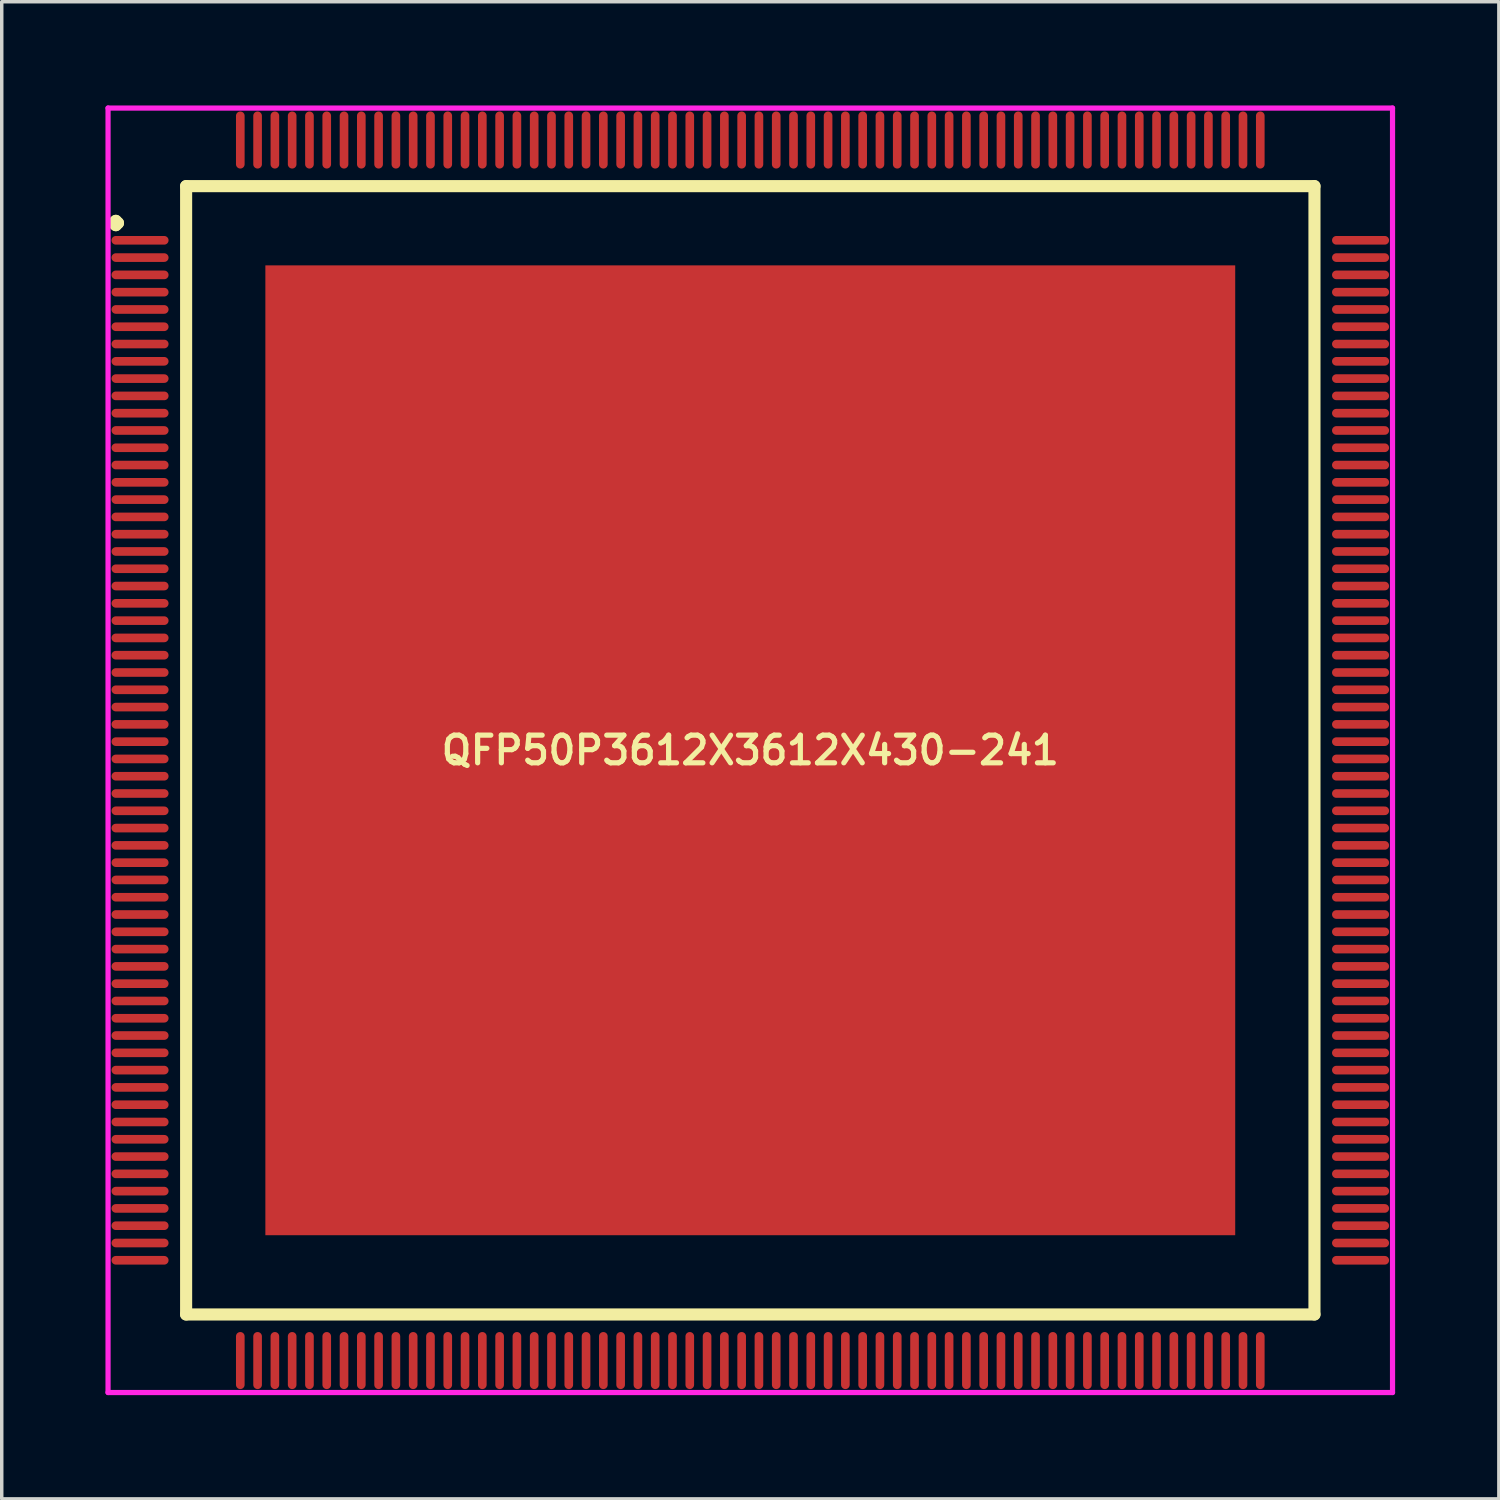
<source format=kicad_pcb>
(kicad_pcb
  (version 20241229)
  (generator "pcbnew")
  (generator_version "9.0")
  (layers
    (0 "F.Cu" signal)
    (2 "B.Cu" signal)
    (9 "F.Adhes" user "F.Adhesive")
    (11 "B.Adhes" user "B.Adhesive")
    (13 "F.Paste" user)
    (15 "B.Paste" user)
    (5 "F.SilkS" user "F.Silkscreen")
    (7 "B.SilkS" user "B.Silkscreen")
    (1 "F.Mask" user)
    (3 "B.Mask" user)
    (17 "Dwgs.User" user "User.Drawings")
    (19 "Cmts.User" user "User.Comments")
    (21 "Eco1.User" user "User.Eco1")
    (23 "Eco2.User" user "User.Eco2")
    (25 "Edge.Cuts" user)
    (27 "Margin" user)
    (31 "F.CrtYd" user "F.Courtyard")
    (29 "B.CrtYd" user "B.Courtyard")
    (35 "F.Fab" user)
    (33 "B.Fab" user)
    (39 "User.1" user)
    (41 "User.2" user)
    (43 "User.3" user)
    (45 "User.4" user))
  (footprint "QFP50P3612X3612X430-241"
    (layer "F.Cu")
    (at 18.65 18.65)
    (property "Reference" "QFP50P3612X3612X430-241" (at 0 0 0) (layer "F.SilkS") (effects (font (size 0.8 0.8) (thickness 0.15))))
    (attr smd)
    (fp_line (start -18.413 -15.25) (end -18.35 -15.312) (stroke (width 0.35) (type solid)) (layer "F.SilkS"))
    (fp_line (start -18.35 -15.312) (end -18.288 -15.25) (stroke (width 0.35) (type solid)) (layer "F.SilkS"))
    (fp_line (start -18.35 -15.188) (end -18.413 -15.25) (stroke (width 0.35) (type solid)) (layer "F.SilkS"))
    (fp_line (start -18.288 -15.25) (end -18.35 -15.188) (stroke (width 0.35) (type solid)) (layer "F.SilkS"))
    (fp_line (start -16.317 -16.317) (end -16.317 16.317) (stroke (width 0.35) (type solid)) (layer "F.SilkS"))
    (fp_line (start -16.317 16.317) (end 16.317 16.317) (stroke (width 0.35) (type solid)) (layer "F.SilkS"))
    (fp_line (start 16.317 -16.317) (end -16.317 -16.317) (stroke (width 0.35) (type solid)) (layer "F.SilkS"))
    (fp_line (start 16.317 16.317) (end 16.317 -16.317) (stroke (width 0.35) (type solid)) (layer "F.SilkS"))
    (fp_line (start -18.575 -18.575) (end 18.575 -18.575) (stroke (width 0.15) (type solid)) (layer "F.CrtYd"))
    (fp_line (start -18.575 18.575) (end -18.575 -18.575) (stroke (width 0.15) (type solid)) (layer "F.CrtYd"))
    (fp_line (start 18.575 -18.575) (end 18.575 18.575) (stroke (width 0.15) (type solid)) (layer "F.CrtYd"))
    (fp_line (start 18.575 18.575) (end -18.575 18.575) (stroke (width 0.15) (type solid)) (layer "F.CrtYd"))
    (pad "1" smd oval (at -17.65 -14.75) (size 1.65 0.25) (layers "F.Cu" "F.Mask" "F.Paste"))
    (pad "2" smd oval (at -17.65 -14.25) (size 1.65 0.25) (layers "F.Cu" "F.Mask" "F.Paste"))
    (pad "3" smd oval (at -17.65 -13.75) (size 1.65 0.25) (layers "F.Cu" "F.Mask" "F.Paste"))
    (pad "4" smd oval (at -17.65 -13.25) (size 1.65 0.25) (layers "F.Cu" "F.Mask" "F.Paste"))
    (pad "5" smd oval (at -17.65 -12.75) (size 1.65 0.25) (layers "F.Cu" "F.Mask" "F.Paste"))
    (pad "6" smd oval (at -17.65 -12.25) (size 1.65 0.25) (layers "F.Cu" "F.Mask" "F.Paste"))
    (pad "7" smd oval (at -17.65 -11.75) (size 1.65 0.25) (layers "F.Cu" "F.Mask" "F.Paste"))
    (pad "8" smd oval (at -17.65 -11.25) (size 1.65 0.25) (layers "F.Cu" "F.Mask" "F.Paste"))
    (pad "9" smd oval (at -17.65 -10.75) (size 1.65 0.25) (layers "F.Cu" "F.Mask" "F.Paste"))
    (pad "10" smd oval (at -17.65 -10.25) (size 1.65 0.25) (layers "F.Cu" "F.Mask" "F.Paste"))
    (pad "11" smd oval (at -17.65 -9.75) (size 1.65 0.25) (layers "F.Cu" "F.Mask" "F.Paste"))
    (pad "12" smd oval (at -17.65 -9.25) (size 1.65 0.25) (layers "F.Cu" "F.Mask" "F.Paste"))
    (pad "13" smd oval (at -17.65 -8.75) (size 1.65 0.25) (layers "F.Cu" "F.Mask" "F.Paste"))
    (pad "14" smd oval (at -17.65 -8.25) (size 1.65 0.25) (layers "F.Cu" "F.Mask" "F.Paste"))
    (pad "15" smd oval (at -17.65 -7.75) (size 1.65 0.25) (layers "F.Cu" "F.Mask" "F.Paste"))
    (pad "16" smd oval (at -17.65 -7.25) (size 1.65 0.25) (layers "F.Cu" "F.Mask" "F.Paste"))
    (pad "17" smd oval (at -17.65 -6.75) (size 1.65 0.25) (layers "F.Cu" "F.Mask" "F.Paste"))
    (pad "18" smd oval (at -17.65 -6.25) (size 1.65 0.25) (layers "F.Cu" "F.Mask" "F.Paste"))
    (pad "19" smd oval (at -17.65 -5.75) (size 1.65 0.25) (layers "F.Cu" "F.Mask" "F.Paste"))
    (pad "20" smd oval (at -17.65 -5.25) (size 1.65 0.25) (layers "F.Cu" "F.Mask" "F.Paste"))
    (pad "21" smd oval (at -17.65 -4.75) (size 1.65 0.25) (layers "F.Cu" "F.Mask" "F.Paste"))
    (pad "22" smd oval (at -17.65 -4.25) (size 1.65 0.25) (layers "F.Cu" "F.Mask" "F.Paste"))
    (pad "23" smd oval (at -17.65 -3.75) (size 1.65 0.25) (layers "F.Cu" "F.Mask" "F.Paste"))
    (pad "24" smd oval (at -17.65 -3.25) (size 1.65 0.25) (layers "F.Cu" "F.Mask" "F.Paste"))
    (pad "25" smd oval (at -17.65 -2.75) (size 1.65 0.25) (layers "F.Cu" "F.Mask" "F.Paste"))
    (pad "26" smd oval (at -17.65 -2.25) (size 1.65 0.25) (layers "F.Cu" "F.Mask" "F.Paste"))
    (pad "27" smd oval (at -17.65 -1.75) (size 1.65 0.25) (layers "F.Cu" "F.Mask" "F.Paste"))
    (pad "28" smd oval (at -17.65 -1.25) (size 1.65 0.25) (layers "F.Cu" "F.Mask" "F.Paste"))
    (pad "29" smd oval (at -17.65 -0.75) (size 1.65 0.25) (layers "F.Cu" "F.Mask" "F.Paste"))
    (pad "30" smd oval (at -17.65 -0.25) (size 1.65 0.25) (layers "F.Cu" "F.Mask" "F.Paste"))
    (pad "31" smd oval (at -17.65 0.25) (size 1.65 0.25) (layers "F.Cu" "F.Mask" "F.Paste"))
    (pad "32" smd oval (at -17.65 0.75) (size 1.65 0.25) (layers "F.Cu" "F.Mask" "F.Paste"))
    (pad "33" smd oval (at -17.65 1.25) (size 1.65 0.25) (layers "F.Cu" "F.Mask" "F.Paste"))
    (pad "34" smd oval (at -17.65 1.75) (size 1.65 0.25) (layers "F.Cu" "F.Mask" "F.Paste"))
    (pad "35" smd oval (at -17.65 2.25) (size 1.65 0.25) (layers "F.Cu" "F.Mask" "F.Paste"))
    (pad "36" smd oval (at -17.65 2.75) (size 1.65 0.25) (layers "F.Cu" "F.Mask" "F.Paste"))
    (pad "37" smd oval (at -17.65 3.25) (size 1.65 0.25) (layers "F.Cu" "F.Mask" "F.Paste"))
    (pad "38" smd oval (at -17.65 3.75) (size 1.65 0.25) (layers "F.Cu" "F.Mask" "F.Paste"))
    (pad "39" smd oval (at -17.65 4.25) (size 1.65 0.25) (layers "F.Cu" "F.Mask" "F.Paste"))
    (pad "40" smd oval (at -17.65 4.75) (size 1.65 0.25) (layers "F.Cu" "F.Mask" "F.Paste"))
    (pad "41" smd oval (at -17.65 5.25) (size 1.65 0.25) (layers "F.Cu" "F.Mask" "F.Paste"))
    (pad "42" smd oval (at -17.65 5.75) (size 1.65 0.25) (layers "F.Cu" "F.Mask" "F.Paste"))
    (pad "43" smd oval (at -17.65 6.25) (size 1.65 0.25) (layers "F.Cu" "F.Mask" "F.Paste"))
    (pad "44" smd oval (at -17.65 6.75) (size 1.65 0.25) (layers "F.Cu" "F.Mask" "F.Paste"))
    (pad "45" smd oval (at -17.65 7.25) (size 1.65 0.25) (layers "F.Cu" "F.Mask" "F.Paste"))
    (pad "46" smd oval (at -17.65 7.75) (size 1.65 0.25) (layers "F.Cu" "F.Mask" "F.Paste"))
    (pad "47" smd oval (at -17.65 8.25) (size 1.65 0.25) (layers "F.Cu" "F.Mask" "F.Paste"))
    (pad "48" smd oval (at -17.65 8.75) (size 1.65 0.25) (layers "F.Cu" "F.Mask" "F.Paste"))
    (pad "49" smd oval (at -17.65 9.25) (size 1.65 0.25) (layers "F.Cu" "F.Mask" "F.Paste"))
    (pad "50" smd oval (at -17.65 9.75) (size 1.65 0.25) (layers "F.Cu" "F.Mask" "F.Paste"))
    (pad "51" smd oval (at -17.65 10.25) (size 1.65 0.25) (layers "F.Cu" "F.Mask" "F.Paste"))
    (pad "52" smd oval (at -17.65 10.75) (size 1.65 0.25) (layers "F.Cu" "F.Mask" "F.Paste"))
    (pad "53" smd oval (at -17.65 11.25) (size 1.65 0.25) (layers "F.Cu" "F.Mask" "F.Paste"))
    (pad "54" smd oval (at -17.65 11.75) (size 1.65 0.25) (layers "F.Cu" "F.Mask" "F.Paste"))
    (pad "55" smd oval (at -17.65 12.25) (size 1.65 0.25) (layers "F.Cu" "F.Mask" "F.Paste"))
    (pad "56" smd oval (at -17.65 12.75) (size 1.65 0.25) (layers "F.Cu" "F.Mask" "F.Paste"))
    (pad "57" smd oval (at -17.65 13.25) (size 1.65 0.25) (layers "F.Cu" "F.Mask" "F.Paste"))
    (pad "58" smd oval (at -17.65 13.75) (size 1.65 0.25) (layers "F.Cu" "F.Mask" "F.Paste"))
    (pad "59" smd oval (at -17.65 14.25) (size 1.65 0.25) (layers "F.Cu" "F.Mask" "F.Paste"))
    (pad "60" smd oval (at -17.65 14.75) (size 1.65 0.25) (layers "F.Cu" "F.Mask" "F.Paste"))
    (pad "61" smd oval (at -14.75 17.65) (size 0.25 1.65) (layers "F.Cu" "F.Mask" "F.Paste"))
    (pad "62" smd oval (at -14.25 17.65) (size 0.25 1.65) (layers "F.Cu" "F.Mask" "F.Paste"))
    (pad "63" smd oval (at -13.75 17.65) (size 0.25 1.65) (layers "F.Cu" "F.Mask" "F.Paste"))
    (pad "64" smd oval (at -13.25 17.65) (size 0.25 1.65) (layers "F.Cu" "F.Mask" "F.Paste"))
    (pad "65" smd oval (at -12.75 17.65) (size 0.25 1.65) (layers "F.Cu" "F.Mask" "F.Paste"))
    (pad "66" smd oval (at -12.25 17.65) (size 0.25 1.65) (layers "F.Cu" "F.Mask" "F.Paste"))
    (pad "67" smd oval (at -11.75 17.65) (size 0.25 1.65) (layers "F.Cu" "F.Mask" "F.Paste"))
    (pad "68" smd oval (at -11.25 17.65) (size 0.25 1.65) (layers "F.Cu" "F.Mask" "F.Paste"))
    (pad "69" smd oval (at -10.75 17.65) (size 0.25 1.65) (layers "F.Cu" "F.Mask" "F.Paste"))
    (pad "70" smd oval (at -10.25 17.65) (size 0.25 1.65) (layers "F.Cu" "F.Mask" "F.Paste"))
    (pad "71" smd oval (at -9.75 17.65) (size 0.25 1.65) (layers "F.Cu" "F.Mask" "F.Paste"))
    (pad "72" smd oval (at -9.25 17.65) (size 0.25 1.65) (layers "F.Cu" "F.Mask" "F.Paste"))
    (pad "73" smd oval (at -8.75 17.65) (size 0.25 1.65) (layers "F.Cu" "F.Mask" "F.Paste"))
    (pad "74" smd oval (at -8.25 17.65) (size 0.25 1.65) (layers "F.Cu" "F.Mask" "F.Paste"))
    (pad "75" smd oval (at -7.75 17.65) (size 0.25 1.65) (layers "F.Cu" "F.Mask" "F.Paste"))
    (pad "76" smd oval (at -7.25 17.65) (size 0.25 1.65) (layers "F.Cu" "F.Mask" "F.Paste"))
    (pad "77" smd oval (at -6.75 17.65) (size 0.25 1.65) (layers "F.Cu" "F.Mask" "F.Paste"))
    (pad "78" smd oval (at -6.25 17.65) (size 0.25 1.65) (layers "F.Cu" "F.Mask" "F.Paste"))
    (pad "79" smd oval (at -5.75 17.65) (size 0.25 1.65) (layers "F.Cu" "F.Mask" "F.Paste"))
    (pad "80" smd oval (at -5.25 17.65) (size 0.25 1.65) (layers "F.Cu" "F.Mask" "F.Paste"))
    (pad "81" smd oval (at -4.75 17.65) (size 0.25 1.65) (layers "F.Cu" "F.Mask" "F.Paste"))
    (pad "82" smd oval (at -4.25 17.65) (size 0.25 1.65) (layers "F.Cu" "F.Mask" "F.Paste"))
    (pad "83" smd oval (at -3.75 17.65) (size 0.25 1.65) (layers "F.Cu" "F.Mask" "F.Paste"))
    (pad "84" smd oval (at -3.25 17.65) (size 0.25 1.65) (layers "F.Cu" "F.Mask" "F.Paste"))
    (pad "85" smd oval (at -2.75 17.65) (size 0.25 1.65) (layers "F.Cu" "F.Mask" "F.Paste"))
    (pad "86" smd oval (at -2.25 17.65) (size 0.25 1.65) (layers "F.Cu" "F.Mask" "F.Paste"))
    (pad "87" smd oval (at -1.75 17.65) (size 0.25 1.65) (layers "F.Cu" "F.Mask" "F.Paste"))
    (pad "88" smd oval (at -1.25 17.65) (size 0.25 1.65) (layers "F.Cu" "F.Mask" "F.Paste"))
    (pad "89" smd oval (at -0.75 17.65) (size 0.25 1.65) (layers "F.Cu" "F.Mask" "F.Paste"))
    (pad "90" smd oval (at -0.25 17.65) (size 0.25 1.65) (layers "F.Cu" "F.Mask" "F.Paste"))
    (pad "91" smd oval (at 0.25 17.65) (size 0.25 1.65) (layers "F.Cu" "F.Mask" "F.Paste"))
    (pad "92" smd oval (at 0.75 17.65) (size 0.25 1.65) (layers "F.Cu" "F.Mask" "F.Paste"))
    (pad "93" smd oval (at 1.25 17.65) (size 0.25 1.65) (layers "F.Cu" "F.Mask" "F.Paste"))
    (pad "94" smd oval (at 1.75 17.65) (size 0.25 1.65) (layers "F.Cu" "F.Mask" "F.Paste"))
    (pad "95" smd oval (at 2.25 17.65) (size 0.25 1.65) (layers "F.Cu" "F.Mask" "F.Paste"))
    (pad "96" smd oval (at 2.75 17.65) (size 0.25 1.65) (layers "F.Cu" "F.Mask" "F.Paste"))
    (pad "97" smd oval (at 3.25 17.65) (size 0.25 1.65) (layers "F.Cu" "F.Mask" "F.Paste"))
    (pad "98" smd oval (at 3.75 17.65) (size 0.25 1.65) (layers "F.Cu" "F.Mask" "F.Paste"))
    (pad "99" smd oval (at 4.25 17.65) (size 0.25 1.65) (layers "F.Cu" "F.Mask" "F.Paste"))
    (pad "100" smd oval (at 4.75 17.65) (size 0.25 1.65) (layers "F.Cu" "F.Mask" "F.Paste"))
    (pad "101" smd oval (at 5.25 17.65) (size 0.25 1.65) (layers "F.Cu" "F.Mask" "F.Paste"))
    (pad "102" smd oval (at 5.75 17.65) (size 0.25 1.65) (layers "F.Cu" "F.Mask" "F.Paste"))
    (pad "103" smd oval (at 6.25 17.65) (size 0.25 1.65) (layers "F.Cu" "F.Mask" "F.Paste"))
    (pad "104" smd oval (at 6.75 17.65) (size 0.25 1.65) (layers "F.Cu" "F.Mask" "F.Paste"))
    (pad "105" smd oval (at 7.25 17.65) (size 0.25 1.65) (layers "F.Cu" "F.Mask" "F.Paste"))
    (pad "106" smd oval (at 7.75 17.65) (size 0.25 1.65) (layers "F.Cu" "F.Mask" "F.Paste"))
    (pad "107" smd oval (at 8.25 17.65) (size 0.25 1.65) (layers "F.Cu" "F.Mask" "F.Paste"))
    (pad "108" smd oval (at 8.75 17.65) (size 0.25 1.65) (layers "F.Cu" "F.Mask" "F.Paste"))
    (pad "109" smd oval (at 9.25 17.65) (size 0.25 1.65) (layers "F.Cu" "F.Mask" "F.Paste"))
    (pad "110" smd oval (at 9.75 17.65) (size 0.25 1.65) (layers "F.Cu" "F.Mask" "F.Paste"))
    (pad "111" smd oval (at 10.25 17.65) (size 0.25 1.65) (layers "F.Cu" "F.Mask" "F.Paste"))
    (pad "112" smd oval (at 10.75 17.65) (size 0.25 1.65) (layers "F.Cu" "F.Mask" "F.Paste"))
    (pad "113" smd oval (at 11.25 17.65) (size 0.25 1.65) (layers "F.Cu" "F.Mask" "F.Paste"))
    (pad "114" smd oval (at 11.75 17.65) (size 0.25 1.65) (layers "F.Cu" "F.Mask" "F.Paste"))
    (pad "115" smd oval (at 12.25 17.65) (size 0.25 1.65) (layers "F.Cu" "F.Mask" "F.Paste"))
    (pad "116" smd oval (at 12.75 17.65) (size 0.25 1.65) (layers "F.Cu" "F.Mask" "F.Paste"))
    (pad "117" smd oval (at 13.25 17.65) (size 0.25 1.65) (layers "F.Cu" "F.Mask" "F.Paste"))
    (pad "118" smd oval (at 13.75 17.65) (size 0.25 1.65) (layers "F.Cu" "F.Mask" "F.Paste"))
    (pad "119" smd oval (at 14.25 17.65) (size 0.25 1.65) (layers "F.Cu" "F.Mask" "F.Paste"))
    (pad "120" smd oval (at 14.75 17.65) (size 0.25 1.65) (layers "F.Cu" "F.Mask" "F.Paste"))
    (pad "121" smd oval (at 17.65 14.75) (size 1.65 0.25) (layers "F.Cu" "F.Mask" "F.Paste"))
    (pad "122" smd oval (at 17.65 14.25) (size 1.65 0.25) (layers "F.Cu" "F.Mask" "F.Paste"))
    (pad "123" smd oval (at 17.65 13.75) (size 1.65 0.25) (layers "F.Cu" "F.Mask" "F.Paste"))
    (pad "124" smd oval (at 17.65 13.25) (size 1.65 0.25) (layers "F.Cu" "F.Mask" "F.Paste"))
    (pad "125" smd oval (at 17.65 12.75) (size 1.65 0.25) (layers "F.Cu" "F.Mask" "F.Paste"))
    (pad "126" smd oval (at 17.65 12.25) (size 1.65 0.25) (layers "F.Cu" "F.Mask" "F.Paste"))
    (pad "127" smd oval (at 17.65 11.75) (size 1.65 0.25) (layers "F.Cu" "F.Mask" "F.Paste"))
    (pad "128" smd oval (at 17.65 11.25) (size 1.65 0.25) (layers "F.Cu" "F.Mask" "F.Paste"))
    (pad "129" smd oval (at 17.65 10.75) (size 1.65 0.25) (layers "F.Cu" "F.Mask" "F.Paste"))
    (pad "130" smd oval (at 17.65 10.25) (size 1.65 0.25) (layers "F.Cu" "F.Mask" "F.Paste"))
    (pad "131" smd oval (at 17.65 9.75) (size 1.65 0.25) (layers "F.Cu" "F.Mask" "F.Paste"))
    (pad "132" smd oval (at 17.65 9.25) (size 1.65 0.25) (layers "F.Cu" "F.Mask" "F.Paste"))
    (pad "133" smd oval (at 17.65 8.75) (size 1.65 0.25) (layers "F.Cu" "F.Mask" "F.Paste"))
    (pad "134" smd oval (at 17.65 8.25) (size 1.65 0.25) (layers "F.Cu" "F.Mask" "F.Paste"))
    (pad "135" smd oval (at 17.65 7.75) (size 1.65 0.25) (layers "F.Cu" "F.Mask" "F.Paste"))
    (pad "136" smd oval (at 17.65 7.25) (size 1.65 0.25) (layers "F.Cu" "F.Mask" "F.Paste"))
    (pad "137" smd oval (at 17.65 6.75) (size 1.65 0.25) (layers "F.Cu" "F.Mask" "F.Paste"))
    (pad "138" smd oval (at 17.65 6.25) (size 1.65 0.25) (layers "F.Cu" "F.Mask" "F.Paste"))
    (pad "139" smd oval (at 17.65 5.75) (size 1.65 0.25) (layers "F.Cu" "F.Mask" "F.Paste"))
    (pad "140" smd oval (at 17.65 5.25) (size 1.65 0.25) (layers "F.Cu" "F.Mask" "F.Paste"))
    (pad "141" smd oval (at 17.65 4.75) (size 1.65 0.25) (layers "F.Cu" "F.Mask" "F.Paste"))
    (pad "142" smd oval (at 17.65 4.25) (size 1.65 0.25) (layers "F.Cu" "F.Mask" "F.Paste"))
    (pad "143" smd oval (at 17.65 3.75) (size 1.65 0.25) (layers "F.Cu" "F.Mask" "F.Paste"))
    (pad "144" smd oval (at 17.65 3.25) (size 1.65 0.25) (layers "F.Cu" "F.Mask" "F.Paste"))
    (pad "145" smd oval (at 17.65 2.75) (size 1.65 0.25) (layers "F.Cu" "F.Mask" "F.Paste"))
    (pad "146" smd oval (at 17.65 2.25) (size 1.65 0.25) (layers "F.Cu" "F.Mask" "F.Paste"))
    (pad "147" smd oval (at 17.65 1.75) (size 1.65 0.25) (layers "F.Cu" "F.Mask" "F.Paste"))
    (pad "148" smd oval (at 17.65 1.25) (size 1.65 0.25) (layers "F.Cu" "F.Mask" "F.Paste"))
    (pad "149" smd oval (at 17.65 0.75) (size 1.65 0.25) (layers "F.Cu" "F.Mask" "F.Paste"))
    (pad "150" smd oval (at 17.65 0.25) (size 1.65 0.25) (layers "F.Cu" "F.Mask" "F.Paste"))
    (pad "151" smd oval (at 17.65 -0.25) (size 1.65 0.25) (layers "F.Cu" "F.Mask" "F.Paste"))
    (pad "152" smd oval (at 17.65 -0.75) (size 1.65 0.25) (layers "F.Cu" "F.Mask" "F.Paste"))
    (pad "153" smd oval (at 17.65 -1.25) (size 1.65 0.25) (layers "F.Cu" "F.Mask" "F.Paste"))
    (pad "154" smd oval (at 17.65 -1.75) (size 1.65 0.25) (layers "F.Cu" "F.Mask" "F.Paste"))
    (pad "155" smd oval (at 17.65 -2.25) (size 1.65 0.25) (layers "F.Cu" "F.Mask" "F.Paste"))
    (pad "156" smd oval (at 17.65 -2.75) (size 1.65 0.25) (layers "F.Cu" "F.Mask" "F.Paste"))
    (pad "157" smd oval (at 17.65 -3.25) (size 1.65 0.25) (layers "F.Cu" "F.Mask" "F.Paste"))
    (pad "158" smd oval (at 17.65 -3.75) (size 1.65 0.25) (layers "F.Cu" "F.Mask" "F.Paste"))
    (pad "159" smd oval (at 17.65 -4.25) (size 1.65 0.25) (layers "F.Cu" "F.Mask" "F.Paste"))
    (pad "160" smd oval (at 17.65 -4.75) (size 1.65 0.25) (layers "F.Cu" "F.Mask" "F.Paste"))
    (pad "161" smd oval (at 17.65 -5.25) (size 1.65 0.25) (layers "F.Cu" "F.Mask" "F.Paste"))
    (pad "162" smd oval (at 17.65 -5.75) (size 1.65 0.25) (layers "F.Cu" "F.Mask" "F.Paste"))
    (pad "163" smd oval (at 17.65 -6.25) (size 1.65 0.25) (layers "F.Cu" "F.Mask" "F.Paste"))
    (pad "164" smd oval (at 17.65 -6.75) (size 1.65 0.25) (layers "F.Cu" "F.Mask" "F.Paste"))
    (pad "165" smd oval (at 17.65 -7.25) (size 1.65 0.25) (layers "F.Cu" "F.Mask" "F.Paste"))
    (pad "166" smd oval (at 17.65 -7.75) (size 1.65 0.25) (layers "F.Cu" "F.Mask" "F.Paste"))
    (pad "167" smd oval (at 17.65 -8.25) (size 1.65 0.25) (layers "F.Cu" "F.Mask" "F.Paste"))
    (pad "168" smd oval (at 17.65 -8.75) (size 1.65 0.25) (layers "F.Cu" "F.Mask" "F.Paste"))
    (pad "169" smd oval (at 17.65 -9.25) (size 1.65 0.25) (layers "F.Cu" "F.Mask" "F.Paste"))
    (pad "170" smd oval (at 17.65 -9.75) (size 1.65 0.25) (layers "F.Cu" "F.Mask" "F.Paste"))
    (pad "171" smd oval (at 17.65 -10.25) (size 1.65 0.25) (layers "F.Cu" "F.Mask" "F.Paste"))
    (pad "172" smd oval (at 17.65 -10.75) (size 1.65 0.25) (layers "F.Cu" "F.Mask" "F.Paste"))
    (pad "173" smd oval (at 17.65 -11.25) (size 1.65 0.25) (layers "F.Cu" "F.Mask" "F.Paste"))
    (pad "174" smd oval (at 17.65 -11.75) (size 1.65 0.25) (layers "F.Cu" "F.Mask" "F.Paste"))
    (pad "175" smd oval (at 17.65 -12.25) (size 1.65 0.25) (layers "F.Cu" "F.Mask" "F.Paste"))
    (pad "176" smd oval (at 17.65 -12.75) (size 1.65 0.25) (layers "F.Cu" "F.Mask" "F.Paste"))
    (pad "177" smd oval (at 17.65 -13.25) (size 1.65 0.25) (layers "F.Cu" "F.Mask" "F.Paste"))
    (pad "178" smd oval (at 17.65 -13.75) (size 1.65 0.25) (layers "F.Cu" "F.Mask" "F.Paste"))
    (pad "179" smd oval (at 17.65 -14.25) (size 1.65 0.25) (layers "F.Cu" "F.Mask" "F.Paste"))
    (pad "180" smd oval (at 17.65 -14.75) (size 1.65 0.25) (layers "F.Cu" "F.Mask" "F.Paste"))
    (pad "181" smd oval (at 14.75 -17.65) (size 0.25 1.65) (layers "F.Cu" "F.Mask" "F.Paste"))
    (pad "182" smd oval (at 14.25 -17.65) (size 0.25 1.65) (layers "F.Cu" "F.Mask" "F.Paste"))
    (pad "183" smd oval (at 13.75 -17.65) (size 0.25 1.65) (layers "F.Cu" "F.Mask" "F.Paste"))
    (pad "184" smd oval (at 13.25 -17.65) (size 0.25 1.65) (layers "F.Cu" "F.Mask" "F.Paste"))
    (pad "185" smd oval (at 12.75 -17.65) (size 0.25 1.65) (layers "F.Cu" "F.Mask" "F.Paste"))
    (pad "186" smd oval (at 12.25 -17.65) (size 0.25 1.65) (layers "F.Cu" "F.Mask" "F.Paste"))
    (pad "187" smd oval (at 11.75 -17.65) (size 0.25 1.65) (layers "F.Cu" "F.Mask" "F.Paste"))
    (pad "188" smd oval (at 11.25 -17.65) (size 0.25 1.65) (layers "F.Cu" "F.Mask" "F.Paste"))
    (pad "189" smd oval (at 10.75 -17.65) (size 0.25 1.65) (layers "F.Cu" "F.Mask" "F.Paste"))
    (pad "190" smd oval (at 10.25 -17.65) (size 0.25 1.65) (layers "F.Cu" "F.Mask" "F.Paste"))
    (pad "191" smd oval (at 9.75 -17.65) (size 0.25 1.65) (layers "F.Cu" "F.Mask" "F.Paste"))
    (pad "192" smd oval (at 9.25 -17.65) (size 0.25 1.65) (layers "F.Cu" "F.Mask" "F.Paste"))
    (pad "193" smd oval (at 8.75 -17.65) (size 0.25 1.65) (layers "F.Cu" "F.Mask" "F.Paste"))
    (pad "194" smd oval (at 8.25 -17.65) (size 0.25 1.65) (layers "F.Cu" "F.Mask" "F.Paste"))
    (pad "195" smd oval (at 7.75 -17.65) (size 0.25 1.65) (layers "F.Cu" "F.Mask" "F.Paste"))
    (pad "196" smd oval (at 7.25 -17.65) (size 0.25 1.65) (layers "F.Cu" "F.Mask" "F.Paste"))
    (pad "197" smd oval (at 6.75 -17.65) (size 0.25 1.65) (layers "F.Cu" "F.Mask" "F.Paste"))
    (pad "198" smd oval (at 6.25 -17.65) (size 0.25 1.65) (layers "F.Cu" "F.Mask" "F.Paste"))
    (pad "199" smd oval (at 5.75 -17.65) (size 0.25 1.65) (layers "F.Cu" "F.Mask" "F.Paste"))
    (pad "200" smd oval (at 5.25 -17.65) (size 0.25 1.65) (layers "F.Cu" "F.Mask" "F.Paste"))
    (pad "201" smd oval (at 4.75 -17.65) (size 0.25 1.65) (layers "F.Cu" "F.Mask" "F.Paste"))
    (pad "202" smd oval (at 4.25 -17.65) (size 0.25 1.65) (layers "F.Cu" "F.Mask" "F.Paste"))
    (pad "203" smd oval (at 3.75 -17.65) (size 0.25 1.65) (layers "F.Cu" "F.Mask" "F.Paste"))
    (pad "204" smd oval (at 3.25 -17.65) (size 0.25 1.65) (layers "F.Cu" "F.Mask" "F.Paste"))
    (pad "205" smd oval (at 2.75 -17.65) (size 0.25 1.65) (layers "F.Cu" "F.Mask" "F.Paste"))
    (pad "206" smd oval (at 2.25 -17.65) (size 0.25 1.65) (layers "F.Cu" "F.Mask" "F.Paste"))
    (pad "207" smd oval (at 1.75 -17.65) (size 0.25 1.65) (layers "F.Cu" "F.Mask" "F.Paste"))
    (pad "208" smd oval (at 1.25 -17.65) (size 0.25 1.65) (layers "F.Cu" "F.Mask" "F.Paste"))
    (pad "209" smd oval (at 0.75 -17.65) (size 0.25 1.65) (layers "F.Cu" "F.Mask" "F.Paste"))
    (pad "210" smd oval (at 0.25 -17.65) (size 0.25 1.65) (layers "F.Cu" "F.Mask" "F.Paste"))
    (pad "211" smd oval (at -0.25 -17.65) (size 0.25 1.65) (layers "F.Cu" "F.Mask" "F.Paste"))
    (pad "212" smd oval (at -0.75 -17.65) (size 0.25 1.65) (layers "F.Cu" "F.Mask" "F.Paste"))
    (pad "213" smd oval (at -1.25 -17.65) (size 0.25 1.65) (layers "F.Cu" "F.Mask" "F.Paste"))
    (pad "214" smd oval (at -1.75 -17.65) (size 0.25 1.65) (layers "F.Cu" "F.Mask" "F.Paste"))
    (pad "215" smd oval (at -2.25 -17.65) (size 0.25 1.65) (layers "F.Cu" "F.Mask" "F.Paste"))
    (pad "216" smd oval (at -2.75 -17.65) (size 0.25 1.65) (layers "F.Cu" "F.Mask" "F.Paste"))
    (pad "217" smd oval (at -3.25 -17.65) (size 0.25 1.65) (layers "F.Cu" "F.Mask" "F.Paste"))
    (pad "218" smd oval (at -3.75 -17.65) (size 0.25 1.65) (layers "F.Cu" "F.Mask" "F.Paste"))
    (pad "219" smd oval (at -4.25 -17.65) (size 0.25 1.65) (layers "F.Cu" "F.Mask" "F.Paste"))
    (pad "220" smd oval (at -4.75 -17.65) (size 0.25 1.65) (layers "F.Cu" "F.Mask" "F.Paste"))
    (pad "221" smd oval (at -5.25 -17.65) (size 0.25 1.65) (layers "F.Cu" "F.Mask" "F.Paste"))
    (pad "222" smd oval (at -5.75 -17.65) (size 0.25 1.65) (layers "F.Cu" "F.Mask" "F.Paste"))
    (pad "223" smd oval (at -6.25 -17.65) (size 0.25 1.65) (layers "F.Cu" "F.Mask" "F.Paste"))
    (pad "224" smd oval (at -6.75 -17.65) (size 0.25 1.65) (layers "F.Cu" "F.Mask" "F.Paste"))
    (pad "225" smd oval (at -7.25 -17.65) (size 0.25 1.65) (layers "F.Cu" "F.Mask" "F.Paste"))
    (pad "226" smd oval (at -7.75 -17.65) (size 0.25 1.65) (layers "F.Cu" "F.Mask" "F.Paste"))
    (pad "227" smd oval (at -8.25 -17.65) (size 0.25 1.65) (layers "F.Cu" "F.Mask" "F.Paste"))
    (pad "228" smd oval (at -8.75 -17.65) (size 0.25 1.65) (layers "F.Cu" "F.Mask" "F.Paste"))
    (pad "229" smd oval (at -9.25 -17.65) (size 0.25 1.65) (layers "F.Cu" "F.Mask" "F.Paste"))
    (pad "230" smd oval (at -9.75 -17.65) (size 0.25 1.65) (layers "F.Cu" "F.Mask" "F.Paste"))
    (pad "231" smd oval (at -10.25 -17.65) (size 0.25 1.65) (layers "F.Cu" "F.Mask" "F.Paste"))
    (pad "232" smd oval (at -10.75 -17.65) (size 0.25 1.65) (layers "F.Cu" "F.Mask" "F.Paste"))
    (pad "233" smd oval (at -11.25 -17.65) (size 0.25 1.65) (layers "F.Cu" "F.Mask" "F.Paste"))
    (pad "234" smd oval (at -11.75 -17.65) (size 0.25 1.65) (layers "F.Cu" "F.Mask" "F.Paste"))
    (pad "235" smd oval (at -12.25 -17.65) (size 0.25 1.65) (layers "F.Cu" "F.Mask" "F.Paste"))
    (pad "236" smd oval (at -12.75 -17.65) (size 0.25 1.65) (layers "F.Cu" "F.Mask" "F.Paste"))
    (pad "237" smd oval (at -13.25 -17.65) (size 0.25 1.65) (layers "F.Cu" "F.Mask" "F.Paste"))
    (pad "238" smd oval (at -13.75 -17.65) (size 0.25 1.65) (layers "F.Cu" "F.Mask" "F.Paste"))
    (pad "239" smd oval (at -14.25 -17.65) (size 0.25 1.65) (layers "F.Cu" "F.Mask" "F.Paste"))
    (pad "240" smd oval (at -14.75 -17.65) (size 0.25 1.65) (layers "F.Cu" "F.Mask" "F.Paste"))
    (pad "241" smd rect (at 0 0) (size 28.05 28.05) (layers "F.Cu" "F.Mask" "F.Paste")))
  (gr_rect
    (start -3 -3)
    (end 40.3 40.3)
    (stroke (width 0.1) (type default))
    (fill no)
    (layer "Edge.Cuts")))
</source>
